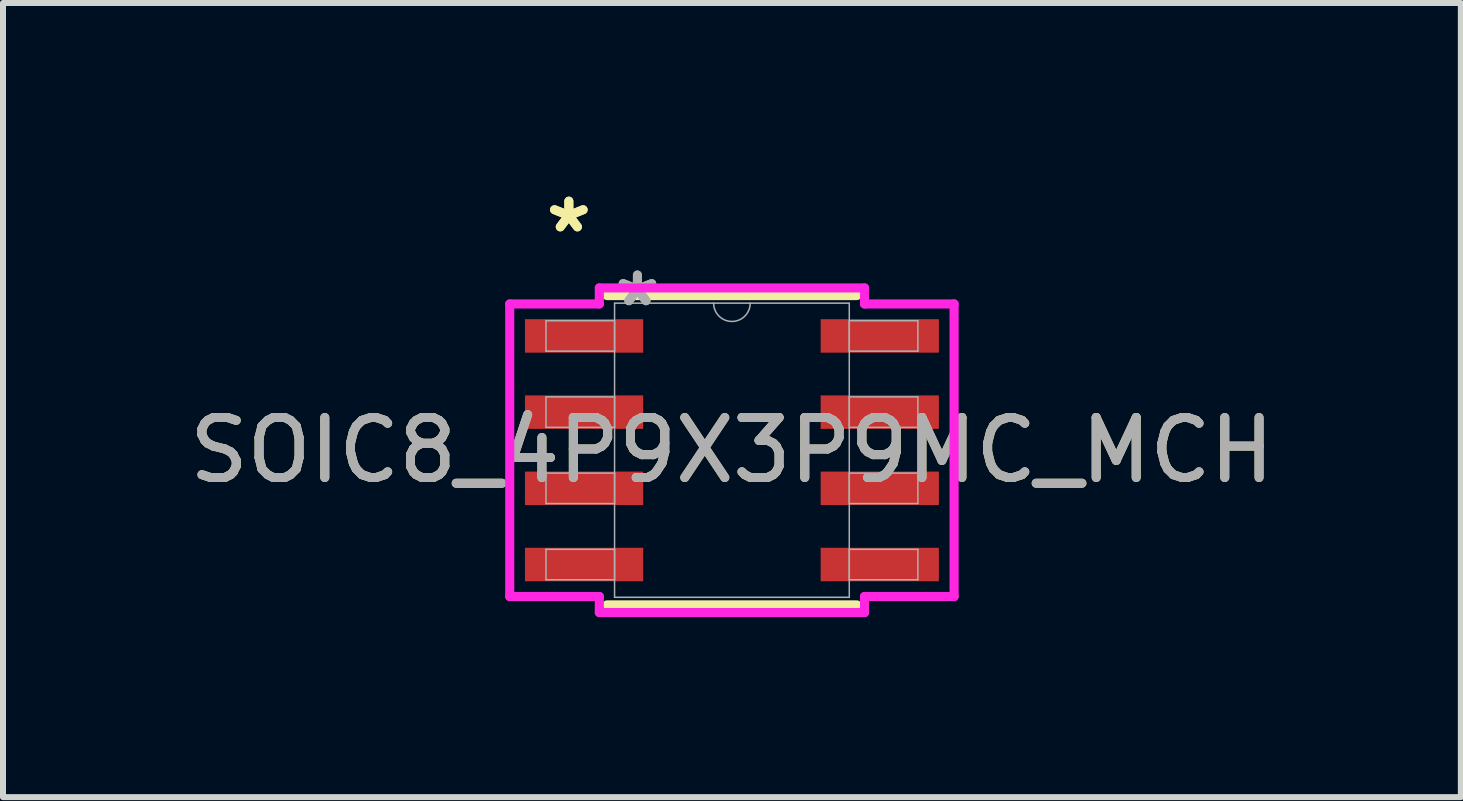
<source format=kicad_pcb>
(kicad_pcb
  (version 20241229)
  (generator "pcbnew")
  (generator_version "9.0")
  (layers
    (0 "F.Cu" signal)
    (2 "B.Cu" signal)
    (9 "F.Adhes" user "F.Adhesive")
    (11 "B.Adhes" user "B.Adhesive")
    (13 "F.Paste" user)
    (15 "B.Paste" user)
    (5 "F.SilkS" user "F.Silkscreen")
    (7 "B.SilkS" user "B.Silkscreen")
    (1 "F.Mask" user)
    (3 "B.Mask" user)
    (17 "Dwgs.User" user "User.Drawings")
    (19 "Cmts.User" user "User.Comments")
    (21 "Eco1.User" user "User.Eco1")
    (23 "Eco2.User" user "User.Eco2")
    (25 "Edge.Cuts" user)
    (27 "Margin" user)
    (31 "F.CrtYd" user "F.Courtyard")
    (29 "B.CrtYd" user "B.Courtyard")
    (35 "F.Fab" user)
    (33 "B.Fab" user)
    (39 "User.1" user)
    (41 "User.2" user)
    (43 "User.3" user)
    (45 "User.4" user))
  (footprint "SOIC8_4P9X3P9MC_MCH"
    (layer "F.Cu")
    (at 9.149 4.454)
    (property "Reference" "SOIC8_4P9X3P9MC_MCH" (at 0 0 0) (unlocked yes) (layer "F.SilkS") (effects (font (size 1 1) (thickness 0.15))))
    (attr smd)
    (fp_line (start -2.083 2.578) (end 2.083 2.578) (stroke (width 0.152) (type solid)) (layer "F.SilkS"))
    (fp_line (start 2.083 -2.578) (end -2.083 -2.578) (stroke (width 0.152) (type solid)) (layer "F.SilkS"))
    (fp_line (start -3.703 -2.438) (end -2.21 -2.438) (stroke (width 0.152) (type solid)) (layer "F.CrtYd"))
    (fp_line (start -3.703 2.438) (end -3.703 -2.438) (stroke (width 0.152) (type solid)) (layer "F.CrtYd"))
    (fp_line (start -3.703 2.438) (end -2.21 2.438) (stroke (width 0.152) (type solid)) (layer "F.CrtYd"))
    (fp_line (start -2.21 -2.705) (end 2.21 -2.705) (stroke (width 0.152) (type solid)) (layer "F.CrtYd"))
    (fp_line (start -2.21 -2.438) (end -2.21 -2.705) (stroke (width 0.152) (type solid)) (layer "F.CrtYd"))
    (fp_line (start -2.21 2.705) (end -2.21 2.438) (stroke (width 0.152) (type solid)) (layer "F.CrtYd"))
    (fp_line (start 2.21 -2.705) (end 2.21 -2.438) (stroke (width 0.152) (type solid)) (layer "F.CrtYd"))
    (fp_line (start 2.21 2.438) (end 2.21 2.705) (stroke (width 0.152) (type solid)) (layer "F.CrtYd"))
    (fp_line (start 2.21 2.705) (end -2.21 2.705) (stroke (width 0.152) (type solid)) (layer "F.CrtYd"))
    (fp_line (start 3.703 -2.438) (end 2.21 -2.438) (stroke (width 0.152) (type solid)) (layer "F.CrtYd"))
    (fp_line (start 3.703 -2.438) (end 3.703 2.438) (stroke (width 0.152) (type solid)) (layer "F.CrtYd"))
    (fp_line (start 3.703 2.438) (end 2.21 2.438) (stroke (width 0.152) (type solid)) (layer "F.CrtYd"))
    (fp_line (start -3.099 -2.159) (end -3.099 -1.651) (stroke (width 0.025) (type solid)) (layer "F.Fab"))
    (fp_line (start -3.099 -1.651) (end -1.956 -1.651) (stroke (width 0.025) (type solid)) (layer "F.Fab"))
    (fp_line (start -3.099 -0.889) (end -3.099 -0.381) (stroke (width 0.025) (type solid)) (layer "F.Fab"))
    (fp_line (start -3.099 -0.381) (end -1.956 -0.381) (stroke (width 0.025) (type solid)) (layer "F.Fab"))
    (fp_line (start -3.099 0.381) (end -3.099 0.889) (stroke (width 0.025) (type solid)) (layer "F.Fab"))
    (fp_line (start -3.099 0.889) (end -1.956 0.889) (stroke (width 0.025) (type solid)) (layer "F.Fab"))
    (fp_line (start -3.099 1.651) (end -3.099 2.159) (stroke (width 0.025) (type solid)) (layer "F.Fab"))
    (fp_line (start -3.099 2.159) (end -1.956 2.159) (stroke (width 0.025) (type solid)) (layer "F.Fab"))
    (fp_line (start -1.956 -2.451) (end -1.956 2.451) (stroke (width 0.025) (type solid)) (layer "F.Fab"))
    (fp_line (start -1.956 -2.159) (end -3.099 -2.159) (stroke (width 0.025) (type solid)) (layer "F.Fab"))
    (fp_line (start -1.956 -1.651) (end -1.956 -2.159) (stroke (width 0.025) (type solid)) (layer "F.Fab"))
    (fp_line (start -1.956 -0.889) (end -3.099 -0.889) (stroke (width 0.025) (type solid)) (layer "F.Fab"))
    (fp_line (start -1.956 -0.381) (end -1.956 -0.889) (stroke (width 0.025) (type solid)) (layer "F.Fab"))
    (fp_line (start -1.956 0.381) (end -3.099 0.381) (stroke (width 0.025) (type solid)) (layer "F.Fab"))
    (fp_line (start -1.956 0.889) (end -1.956 0.381) (stroke (width 0.025) (type solid)) (layer "F.Fab"))
    (fp_line (start -1.956 1.651) (end -3.099 1.651) (stroke (width 0.025) (type solid)) (layer "F.Fab"))
    (fp_line (start -1.956 2.159) (end -1.956 1.651) (stroke (width 0.025) (type solid)) (layer "F.Fab"))
    (fp_line (start -1.956 2.451) (end 1.956 2.451) (stroke (width 0.025) (type solid)) (layer "F.Fab"))
    (fp_line (start 1.956 -2.451) (end -1.956 -2.451) (stroke (width 0.025) (type solid)) (layer "F.Fab"))
    (fp_line (start 1.956 -2.159) (end 1.956 -1.651) (stroke (width 0.025) (type solid)) (layer "F.Fab"))
    (fp_line (start 1.956 -1.651) (end 3.099 -1.651) (stroke (width 0.025) (type solid)) (layer "F.Fab"))
    (fp_line (start 1.956 -0.889) (end 1.956 -0.381) (stroke (width 0.025) (type solid)) (layer "F.Fab"))
    (fp_line (start 1.956 -0.381) (end 3.099 -0.381) (stroke (width 0.025) (type solid)) (layer "F.Fab"))
    (fp_line (start 1.956 0.381) (end 1.956 0.889) (stroke (width 0.025) (type solid)) (layer "F.Fab"))
    (fp_line (start 1.956 0.889) (end 3.099 0.889) (stroke (width 0.025) (type solid)) (layer "F.Fab"))
    (fp_line (start 1.956 1.651) (end 1.956 2.159) (stroke (width 0.025) (type solid)) (layer "F.Fab"))
    (fp_line (start 1.956 2.159) (end 3.099 2.159) (stroke (width 0.025) (type solid)) (layer "F.Fab"))
    (fp_line (start 1.956 2.451) (end 1.956 -2.451) (stroke (width 0.025) (type solid)) (layer "F.Fab"))
    (fp_line (start 3.099 -2.159) (end 1.956 -2.159) (stroke (width 0.025) (type solid)) (layer "F.Fab"))
    (fp_line (start 3.099 -1.651) (end 3.099 -2.159) (stroke (width 0.025) (type solid)) (layer "F.Fab"))
    (fp_line (start 3.099 -0.889) (end 1.956 -0.889) (stroke (width 0.025) (type solid)) (layer "F.Fab"))
    (fp_line (start 3.099 -0.381) (end 3.099 -0.889) (stroke (width 0.025) (type solid)) (layer "F.Fab"))
    (fp_line (start 3.099 0.381) (end 1.956 0.381) (stroke (width 0.025) (type solid)) (layer "F.Fab"))
    (fp_line (start 3.099 0.889) (end 3.099 0.381) (stroke (width 0.025) (type solid)) (layer "F.Fab"))
    (fp_line (start 3.099 1.651) (end 1.956 1.651) (stroke (width 0.025) (type solid)) (layer "F.Fab"))
    (fp_line (start 3.099 2.159) (end 3.099 1.651) (stroke (width 0.025) (type solid)) (layer "F.Fab"))
    (fp_arc (start 0.3048 -2.4511) (mid 0 -2.1463) (end -0.3048 -2.4511) (stroke (width 0.0254) (type solid)) (layer "F.Fab"))
    (fp_text user "*" (at -2.718 -3.606 0) (layer "F.SilkS") (effects (font (size 1 1) (thickness 0.15))))
    (fp_text user "*" (at -2.718 -3.606 0) (unlocked yes) (layer "F.SilkS") (effects (font (size 1 1) (thickness 0.15))))
    (fp_text user "${REFERENCE}" (at 0 0 0) (unlocked yes) (layer "F.Fab") (effects (font (size 1 1) (thickness 0.15))))
    (fp_text user "*" (at -1.575 -2.375 0) (unlocked yes) (layer "F.Fab") (effects (font (size 1 1) (thickness 0.15))))
    (fp_text user "*" (at -1.575 -2.375 0) (layer "F.Fab") (effects (font (size 1 1) (thickness 0.15))))
    (pad "1" smd rect (at -2.464 -1.905) (size 1.97 0.558) (layers "F.Cu" "F.Mask" "F.Paste"))
    (pad "2" smd rect (at -2.464 -0.635) (size 1.97 0.558) (layers "F.Cu" "F.Mask" "F.Paste"))
    (pad "3" smd rect (at -2.464 0.635) (size 1.97 0.558) (layers "F.Cu" "F.Mask" "F.Paste"))
    (pad "4" smd rect (at -2.464 1.905) (size 1.97 0.558) (layers "F.Cu" "F.Mask" "F.Paste"))
    (pad "5" smd rect (at 2.464 1.905) (size 1.97 0.558) (layers "F.Cu" "F.Mask" "F.Paste"))
    (pad "6" smd rect (at 2.464 0.635) (size 1.97 0.558) (layers "F.Cu" "F.Mask" "F.Paste"))
    (pad "7" smd rect (at 2.464 -0.635) (size 1.97 0.558) (layers "F.Cu" "F.Mask" "F.Paste"))
    (pad "8" smd rect (at 2.464 -1.905) (size 1.97 0.558) (layers "F.Cu" "F.Mask" "F.Paste")))
  (gr_rect
    (start -3 -3)
    (end 21.298 10.236)
    (stroke (width 0.1) (type default))
    (fill no)
    (layer "Edge.Cuts")))
</source>
